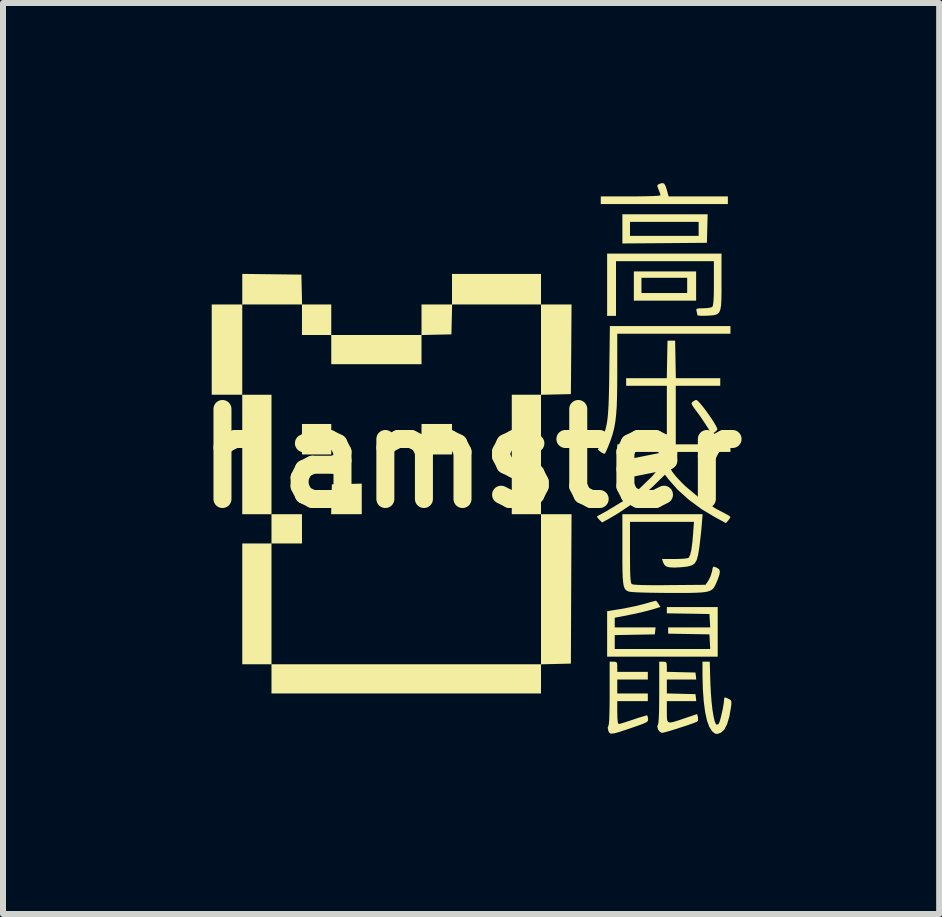
<source format=kicad_pcb>
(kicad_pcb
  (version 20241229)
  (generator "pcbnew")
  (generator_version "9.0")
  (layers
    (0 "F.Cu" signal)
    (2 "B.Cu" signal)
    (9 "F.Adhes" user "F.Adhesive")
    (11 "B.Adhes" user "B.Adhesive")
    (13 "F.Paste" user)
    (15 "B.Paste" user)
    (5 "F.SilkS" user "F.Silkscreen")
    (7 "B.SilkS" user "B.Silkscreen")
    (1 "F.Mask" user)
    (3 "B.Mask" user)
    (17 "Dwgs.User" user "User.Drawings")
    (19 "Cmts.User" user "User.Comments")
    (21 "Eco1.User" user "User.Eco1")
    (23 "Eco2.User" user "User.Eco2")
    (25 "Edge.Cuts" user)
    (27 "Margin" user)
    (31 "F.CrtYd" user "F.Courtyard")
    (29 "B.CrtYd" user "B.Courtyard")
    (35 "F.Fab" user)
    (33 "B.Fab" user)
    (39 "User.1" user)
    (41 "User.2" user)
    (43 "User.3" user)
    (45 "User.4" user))
  (footprint "hamster"
    (layer "F.Cu")
    (at 4.8 4.587)
    (property "Reference" "hamster" (at 0 0 0) (layer "F.SilkS") (effects (font (size 1.5 1.5) (thickness 0.3))))
    (attr board_only exclude_from_pos_files exclude_from_bom)
    (fp_poly (pts (xy -3.326 -0.064) (xy -3.326 0.932) (xy -3.57 0.932) (xy -3.813 0.932) (xy -3.813 -0.064) (xy -3.813 -1.059) (xy -3.57 -1.059) (xy -3.326 -1.059)) (stroke (width 0) (type solid)) (fill yes) (layer "F.SilkS"))
    (fp_poly (pts (xy -2.33 -0.318) (xy -2.33 -0.064) (xy -2.574 -0.064) (xy -2.818 -0.064) (xy -2.818 -0.318) (xy -2.818 -0.572) (xy -2.574 -0.572) (xy -2.33 -0.572)) (stroke (width 0) (type solid)) (fill yes) (layer "F.SilkS"))
    (fp_poly (pts (xy -1.822 0.677) (xy -1.822 0.932) (xy -2.077 0.932) (xy -2.332 0.932) (xy -2.326 0.683) (xy -2.32 0.434) (xy -2.071 0.428) (xy -1.822 0.422)) (stroke (width 0) (type solid)) (fill yes) (layer "F.SilkS"))
    (fp_poly (pts (xy -0.318 -0.318) (xy -0.318 -0.064) (xy -0.572 -0.064) (xy -0.826 -0.064) (xy -0.826 -0.318) (xy -0.826 -0.572) (xy -0.572 -0.572) (xy -0.318 -0.572)) (stroke (width 0) (type solid)) (fill yes) (layer "F.SilkS"))
    (fp_poly (pts (xy 1.669 -1.817) (xy 1.663 -1.07) (xy 1.414 -1.064) (xy 1.165 -1.058) (xy 1.165 -0.063) (xy 1.165 0.932) (xy 0.922 0.932) (xy 0.678 0.932) (xy 0.678 -0.064) (xy 0.678 -1.059) (xy 0.922 -1.059) (xy 1.165 -1.059) (xy 1.165 -1.811) (xy 1.165 -2.563) (xy 1.42 -2.563) (xy 1.674 -2.563)) (stroke (width 0) (type solid)) (fill yes) (layer "F.SilkS"))
    (fp_poly (pts (xy 3.75 -2.87) (xy 3.75 -2.627) (xy 3.231 -2.627) (xy 2.712 -2.627) (xy 2.712 -2.87) (xy 2.712 -3.008) (xy 2.839 -3.008) (xy 2.839 -2.881) (xy 2.839 -2.754) (xy 3.22 -2.754) (xy 3.601 -2.754) (xy 3.601 -2.881) (xy 3.601 -3.008) (xy 3.22 -3.008) (xy 2.839 -3.008) (xy 2.712 -3.008) (xy 2.712 -3.114) (xy 3.231 -3.114) (xy 3.75 -3.114)) (stroke (width 0) (type solid)) (fill yes) (layer "F.SilkS"))
    (fp_poly (pts (xy 3.936 -3.829) (xy 3.93 -3.591) (xy 3.225 -3.585) (xy 2.521 -3.58) (xy 2.521 -3.823) (xy 2.521 -3.94) (xy 2.648 -3.94) (xy 2.648 -3.824) (xy 2.648 -3.707) (xy 3.22 -3.707) (xy 3.792 -3.707) (xy 3.792 -3.824) (xy 3.792 -3.94) (xy 3.22 -3.94) (xy 2.648 -3.94) (xy 2.521 -3.94) (xy 2.521 -4.067) (xy 3.231 -4.067) (xy 3.942 -4.067)) (stroke (width 0) (type solid)) (fill yes) (layer "F.SilkS"))
    (fp_poly (pts (xy 3.777 -0.958) (xy 3.819 -0.913) (xy 3.872 -0.848) (xy 3.931 -0.77) (xy 3.988 -0.689) (xy 4.04 -0.61) (xy 4.079 -0.544) (xy 4.102 -0.497) (xy 4.104 -0.48) (xy 4.082 -0.453) (xy 4.054 -0.43) (xy 4.029 -0.418) (xy 4.008 -0.423) (xy 3.982 -0.451) (xy 3.945 -0.508) (xy 3.933 -0.527) (xy 3.878 -0.611) (xy 3.813 -0.707) (xy 3.756 -0.784) (xy 3.707 -0.851) (xy 3.681 -0.893) (xy 3.674 -0.918) (xy 3.684 -0.936) (xy 3.697 -0.945) (xy 3.734 -0.968) (xy 3.751 -0.974)) (stroke (width 0) (type solid)) (fill yes) (layer "F.SilkS"))
    (fp_poly (pts (xy 3.217 -4.577) (xy 3.24 -4.539) (xy 3.263 -4.468) (xy 3.267 -4.454) (xy 3.292 -4.364) (xy 3.786 -4.364) (xy 4.279 -4.364) (xy 4.279 -4.3) (xy 4.279 -4.237) (xy 3.22 -4.237) (xy 2.161 -4.237) (xy 2.161 -4.3) (xy 2.161 -4.364) (xy 2.659 -4.364) (xy 2.799 -4.365) (xy 2.924 -4.367) (xy 3.027 -4.37) (xy 3.104 -4.374) (xy 3.148 -4.379) (xy 3.156 -4.383) (xy 3.149 -4.413) (xy 3.13 -4.464) (xy 3.124 -4.478) (xy 3.105 -4.528) (xy 3.106 -4.554) (xy 3.131 -4.57) (xy 3.149 -4.577) (xy 3.189 -4.587)) (stroke (width 0) (type solid)) (fill yes) (layer "F.SilkS"))
    (fp_poly (pts (xy -2.818 1.176) (xy -2.818 1.419) (xy -3.072 1.419) (xy -3.326 1.419) (xy -3.326 2.426) (xy -3.326 3.432) (xy -1.08 3.432) (xy 1.165 3.432) (xy 1.165 2.182) (xy 1.165 0.932) (xy 1.42 0.932) (xy 1.674 0.932) (xy 1.668 2.177) (xy 1.663 3.421) (xy 1.414 3.427) (xy 1.165 3.433) (xy 1.165 3.676) (xy 1.165 3.919) (xy -1.08 3.919) (xy -3.326 3.919) (xy -3.326 3.675) (xy -3.326 3.432) (xy -3.57 3.432) (xy -3.813 3.432) (xy -3.813 2.426) (xy -3.813 1.419) (xy -3.57 1.419) (xy -3.326 1.419) (xy -3.326 1.176) (xy -3.326 0.932) (xy -3.072 0.932) (xy -2.818 0.932)) (stroke (width 0) (type solid)) (fill yes) (layer "F.SilkS"))
    (fp_poly (pts (xy 3.406 -1.647) (xy 3.412 -1.335) (xy 3.782 -1.335) (xy 4.152 -1.335) (xy 4.152 -1.271) (xy 4.152 -1.208) (xy 3.781 -1.208) (xy 3.411 -1.208) (xy 3.411 -0.72) (xy 3.411 -0.233) (xy 3.866 -0.233) (xy 4.322 -0.233) (xy 4.322 -0.169) (xy 4.322 -0.106) (xy 3.379 -0.106) (xy 2.436 -0.106) (xy 2.436 -0.169) (xy 2.436 -0.233) (xy 2.849 -0.233) (xy 3.262 -0.233) (xy 3.262 -0.72) (xy 3.262 -1.208) (xy 2.923 -1.208) (xy 2.584 -1.208) (xy 2.584 -1.271) (xy 2.584 -1.335) (xy 2.923 -1.335) (xy 3.261 -1.335) (xy 3.267 -1.647) (xy 3.273 -1.96) (xy 3.337 -1.96) (xy 3.4 -1.96)) (stroke (width 0) (type solid)) (fill yes) (layer "F.SilkS"))
    (fp_poly (pts (xy 4.322 -2.14) (xy 4.322 -2.076) (xy 3.379 -2.076) (xy 2.436 -2.076) (xy 2.436 -1.433) (xy 2.435 -1.207) (xy 2.432 -1.017) (xy 2.427 -0.859) (xy 2.417 -0.725) (xy 2.404 -0.611) (xy 2.386 -0.51) (xy 2.363 -0.417) (xy 2.334 -0.325) (xy 2.307 -0.253) (xy 2.276 -0.175) (xy 2.249 -0.115) (xy 2.231 -0.08) (xy 2.228 -0.076) (xy 2.202 -0.081) (xy 2.163 -0.104) (xy 2.113 -0.142) (xy 2.17 -0.285) (xy 2.201 -0.364) (xy 2.226 -0.437) (xy 2.247 -0.509) (xy 2.263 -0.585) (xy 2.275 -0.671) (xy 2.284 -0.772) (xy 2.291 -0.894) (xy 2.296 -1.041) (xy 2.3 -1.219) (xy 2.303 -1.434) (xy 2.303 -1.456) (xy 2.313 -2.203) (xy 3.317 -2.203) (xy 4.322 -2.203)) (stroke (width 0) (type solid)) (fill yes) (layer "F.SilkS"))
    (fp_poly (pts (xy 4.173 -2.947) (xy 4.173 -2.779) (xy 4.171 -2.648) (xy 4.166 -2.551) (xy 4.154 -2.48) (xy 4.135 -2.433) (xy 4.105 -2.404) (xy 4.064 -2.388) (xy 4.009 -2.381) (xy 3.937 -2.376) (xy 3.932 -2.376) (xy 3.855 -2.374) (xy 3.799 -2.377) (xy 3.771 -2.384) (xy 3.771 -2.386) (xy 3.765 -2.42) (xy 3.757 -2.452) (xy 3.753 -2.479) (xy 3.764 -2.493) (xy 3.799 -2.499) (xy 3.868 -2.5) (xy 3.87 -2.5) (xy 3.942 -2.504) (xy 3.998 -2.514) (xy 4.021 -2.525) (xy 4.031 -2.553) (xy 4.039 -2.613) (xy 4.044 -2.709) (xy 4.046 -2.844) (xy 4.046 -2.917) (xy 4.046 -3.284) (xy 3.231 -3.284) (xy 2.415 -3.284) (xy 2.415 -2.828) (xy 2.415 -2.373) (xy 2.341 -2.373) (xy 2.267 -2.373) (xy 2.267 -2.892) (xy 2.267 -3.411) (xy 3.22 -3.411) (xy 4.173 -3.411)) (stroke (width 0) (type solid)) (fill yes) (layer "F.SilkS"))
    (fp_poly (pts (xy 3.988 3.755) (xy 3.996 3.914) (xy 4.008 4.063) (xy 4.023 4.195) (xy 4.041 4.304) (xy 4.06 4.385) (xy 4.081 4.431) (xy 4.088 4.438) (xy 4.114 4.433) (xy 4.127 4.422) (xy 4.141 4.39) (xy 4.159 4.328) (xy 4.178 4.249) (xy 4.196 4.166) (xy 4.209 4.089) (xy 4.215 4.033) (xy 4.216 4.026) (xy 4.218 3.993) (xy 4.233 3.985) (xy 4.271 3.999) (xy 4.29 4.008) (xy 4.323 4.026) (xy 4.337 4.05) (xy 4.337 4.094) (xy 4.332 4.14) (xy 4.304 4.303) (xy 4.266 4.431) (xy 4.219 4.521) (xy 4.165 4.571) (xy 4.161 4.573) (xy 4.105 4.593) (xy 4.065 4.588) (xy 4.022 4.554) (xy 4.015 4.546) (xy 3.97 4.477) (xy 3.931 4.37) (xy 3.9 4.227) (xy 3.877 4.051) (xy 3.862 3.847) (xy 3.856 3.616) (xy 3.856 3.607) (xy 3.856 3.389) (xy 3.916 3.389) (xy 3.977 3.389)) (stroke (width 0) (type solid)) (fill yes) (layer "F.SilkS"))
    (fp_poly (pts (xy 3.279 0.061) (xy 3.29 0.066) (xy 3.328 0.089) (xy 3.329 0.111) (xy 3.323 0.12) (xy 3.318 0.158) (xy 3.349 0.22) (xy 3.415 0.304) (xy 3.515 0.411) (xy 3.578 0.471) (xy 3.82 0.674) (xy 4.085 0.843) (xy 4.179 0.892) (xy 4.247 0.928) (xy 4.298 0.957) (xy 4.321 0.975) (xy 4.322 0.977) (xy 4.309 1.002) (xy 4.285 1.036) (xy 4.247 1.08) (xy 4.069 0.984) (xy 3.84 0.847) (xy 3.629 0.691) (xy 3.444 0.525) (xy 3.293 0.354) (xy 3.23 0.273) (xy 3.027 0.472) (xy 2.852 0.629) (xy 2.649 0.784) (xy 2.433 0.927) (xy 2.294 1.009) (xy 2.183 1.069) (xy 2.136 1.023) (xy 2.106 0.988) (xy 2.098 0.969) (xy 2.098 0.968) (xy 2.12 0.955) (xy 2.17 0.928) (xy 2.237 0.891) (xy 2.256 0.881) (xy 2.54 0.709) (xy 2.791 0.519) (xy 3.015 0.303) (xy 3.179 0.11) (xy 3.216 0.066) (xy 3.245 0.052)) (stroke (width 0) (type solid)) (fill yes) (layer "F.SilkS"))
    (fp_poly (pts (xy -3.321 -3.067) (xy -2.828 -3.061) (xy -2.822 -2.812) (xy -2.816 -2.563) (xy -2.573 -2.563) (xy -2.33 -2.563) (xy -2.33 -2.309) (xy -2.33 -2.055) (xy -1.578 -2.055) (xy -0.826 -2.055) (xy -0.826 -2.309) (xy -0.826 -2.563) (xy -0.572 -2.563) (xy -0.318 -2.563) (xy -0.318 -2.818) (xy -0.318 -3.072) (xy 0.424 -3.072) (xy 1.165 -3.072) (xy 1.165 -2.818) (xy 1.165 -2.563) (xy 0.424 -2.563) (xy -0.316 -2.563) (xy -0.322 -2.314) (xy -0.328 -2.065) (xy -0.577 -2.06) (xy -0.826 -2.054) (xy -0.826 -1.811) (xy -0.826 -1.568) (xy -1.578 -1.568) (xy -2.33 -1.568) (xy -2.33 -1.811) (xy -2.33 -2.055) (xy -2.574 -2.055) (xy -2.818 -2.055) (xy -2.818 -2.309) (xy -2.818 -2.563) (xy -3.315 -2.563) (xy -3.813 -2.563) (xy -3.813 -1.811) (xy -3.813 -1.059) (xy -4.067 -1.059) (xy -4.322 -1.059) (xy -4.322 -1.811) (xy -4.322 -2.563) (xy -4.067 -2.563) (xy -3.813 -2.563) (xy -3.813 -2.818) (xy -3.813 -3.073)) (stroke (width 0) (type solid)) (fill yes) (layer "F.SilkS"))
    (fp_poly (pts (xy 3.096 2.388) (xy 3.122 2.425) (xy 3.156 2.477) (xy 3.019 2.519) (xy 2.94 2.541) (xy 2.835 2.567) (xy 2.719 2.593) (xy 2.638 2.609) (xy 2.394 2.657) (xy 2.394 2.737) (xy 2.394 2.818) (xy 2.734 2.818) (xy 3.075 2.818) (xy 3.068 2.876) (xy 3.061 2.934) (xy 2.727 2.94) (xy 2.394 2.946) (xy 2.394 3.062) (xy 2.394 3.178) (xy 3.189 3.178) (xy 3.985 3.178) (xy 3.978 3.056) (xy 3.972 2.934) (xy 3.628 2.928) (xy 3.284 2.922) (xy 3.284 2.87) (xy 3.284 2.818) (xy 3.634 2.818) (xy 3.985 2.818) (xy 3.978 2.706) (xy 3.972 2.595) (xy 3.617 2.589) (xy 3.262 2.583) (xy 3.262 2.531) (xy 3.262 2.479) (xy 3.686 2.479) (xy 4.11 2.479) (xy 4.11 2.892) (xy 4.11 3.305) (xy 3.188 3.305) (xy 2.267 3.305) (xy 2.267 2.927) (xy 2.267 2.548) (xy 2.494 2.511) (xy 2.613 2.489) (xy 2.739 2.463) (xy 2.852 2.435) (xy 2.897 2.423) (xy 2.977 2.4) (xy 3.04 2.383) (xy 3.076 2.374) (xy 3.08 2.373)) (stroke (width 0) (type solid)) (fill yes) (layer "F.SilkS"))
    (fp_poly (pts (xy 3.24 3.393) (xy 3.258 3.411) (xy 3.262 3.457) (xy 3.262 3.474) (xy 3.262 3.558) (xy 3.501 3.564) (xy 3.739 3.57) (xy 3.746 3.628) (xy 3.752 3.686) (xy 3.507 3.686) (xy 3.262 3.686) (xy 3.262 3.802) (xy 3.262 3.918) (xy 3.501 3.924) (xy 3.739 3.93) (xy 3.746 3.988) (xy 3.752 4.046) (xy 3.507 4.046) (xy 3.262 4.046) (xy 3.262 4.226) (xy 3.263 4.307) (xy 3.267 4.362) (xy 3.282 4.393) (xy 3.314 4.403) (xy 3.369 4.394) (xy 3.453 4.368) (xy 3.553 4.334) (xy 3.767 4.262) (xy 3.781 4.316) (xy 3.782 4.368) (xy 3.767 4.388) (xy 3.733 4.403) (xy 3.668 4.427) (xy 3.583 4.456) (xy 3.487 4.487) (xy 3.39 4.518) (xy 3.301 4.545) (xy 3.23 4.565) (xy 3.186 4.575) (xy 3.18 4.576) (xy 3.145 4.558) (xy 3.116 4.52) (xy 3.102 4.467) (xy 3.113 4.441) (xy 3.121 4.412) (xy 3.127 4.342) (xy 3.132 4.234) (xy 3.134 4.088) (xy 3.135 3.908) (xy 3.135 3.904) (xy 3.135 3.389) (xy 3.199 3.389)) (stroke (width 0) (type solid)) (fill yes) (layer "F.SilkS"))
    (fp_poly (pts (xy 2.413 3.393) (xy 2.432 3.411) (xy 2.436 3.456) (xy 2.436 3.474) (xy 2.436 3.559) (xy 2.69 3.559) (xy 2.945 3.559) (xy 2.945 3.623) (xy 2.945 3.686) (xy 2.69 3.686) (xy 2.436 3.686) (xy 2.436 3.803) (xy 2.436 3.919) (xy 2.69 3.919) (xy 2.945 3.919) (xy 2.945 3.983) (xy 2.945 4.046) (xy 2.69 4.046) (xy 2.436 4.046) (xy 2.436 4.237) (xy 2.439 4.34) (xy 2.446 4.402) (xy 2.458 4.427) (xy 2.461 4.428) (xy 2.49 4.421) (xy 2.55 4.403) (xy 2.631 4.377) (xy 2.707 4.352) (xy 2.796 4.322) (xy 2.87 4.3) (xy 2.919 4.286) (xy 2.936 4.284) (xy 2.944 4.309) (xy 2.949 4.344) (xy 2.949 4.366) (xy 2.939 4.385) (xy 2.911 4.404) (xy 2.861 4.426) (xy 2.781 4.455) (xy 2.7 4.483) (xy 2.567 4.528) (xy 2.468 4.561) (xy 2.398 4.58) (xy 2.351 4.588) (xy 2.321 4.586) (xy 2.303 4.573) (xy 2.291 4.551) (xy 2.287 4.542) (xy 2.276 4.487) (xy 2.287 4.462) (xy 2.295 4.433) (xy 2.301 4.364) (xy 2.305 4.257) (xy 2.308 4.114) (xy 2.309 3.938) (xy 2.309 3.915) (xy 2.309 3.389) (xy 2.373 3.389)) (stroke (width 0) (type solid)) (fill yes) (layer "F.SilkS"))
    (fp_poly (pts (xy 3.844 1.107) (xy 3.835 1.211) (xy 3.821 1.335) (xy 3.807 1.457) (xy 3.802 1.491) (xy 3.783 1.611) (xy 3.76 1.695) (xy 3.727 1.751) (xy 3.676 1.785) (xy 3.602 1.804) (xy 3.502 1.815) (xy 3.387 1.821) (xy 3.307 1.817) (xy 3.254 1.803) (xy 3.221 1.775) (xy 3.203 1.74) (xy 3.181 1.678) (xy 3.393 1.678) (xy 3.485 1.676) (xy 3.561 1.671) (xy 3.612 1.663) (xy 3.626 1.657) (xy 3.65 1.61) (xy 3.671 1.523) (xy 3.688 1.395) (xy 3.699 1.266) (xy 3.714 1.059) (xy 3.181 1.059) (xy 2.648 1.059) (xy 2.648 1.565) (xy 2.649 1.732) (xy 2.65 1.86) (xy 2.653 1.956) (xy 2.658 2.023) (xy 2.664 2.066) (xy 2.672 2.089) (xy 2.677 2.095) (xy 2.702 2.103) (xy 2.758 2.108) (xy 2.848 2.112) (xy 2.973 2.114) (xy 3.136 2.115) (xy 3.306 2.113) (xy 3.907 2.108) (xy 3.954 2.038) (xy 3.989 1.969) (xy 4.013 1.891) (xy 4.015 1.885) (xy 4.025 1.828) (xy 4.037 1.806) (xy 4.063 1.81) (xy 4.1 1.826) (xy 4.133 1.849) (xy 4.146 1.883) (xy 4.139 1.935) (xy 4.113 2.013) (xy 4.087 2.075) (xy 4.066 2.121) (xy 4.044 2.158) (xy 4.017 2.187) (xy 3.979 2.209) (xy 3.927 2.224) (xy 3.855 2.234) (xy 3.759 2.24) (xy 3.633 2.243) (xy 3.475 2.244) (xy 3.302 2.244) (xy 3.143 2.242) (xy 2.995 2.24) (xy 2.865 2.237) (xy 2.758 2.233) (xy 2.68 2.228) (xy 2.638 2.223) (xy 2.636 2.223) (xy 2.604 2.211) (xy 2.579 2.195) (xy 2.559 2.169) (xy 2.544 2.128) (xy 2.534 2.069) (xy 2.527 1.986) (xy 2.523 1.876) (xy 2.521 1.733) (xy 2.521 1.553) (xy 2.521 1.514) (xy 2.521 0.932) (xy 3.19 0.932) (xy 3.858 0.932)) (stroke (width 0) (type solid)) (fill yes) (layer "F.SilkS")))
  (gr_rect
    (start -3 -3)
    (end 12.6 12.181)
    (stroke (width 0.1) (type default))
    (fill no)
    (layer "Edge.Cuts")))
</source>
